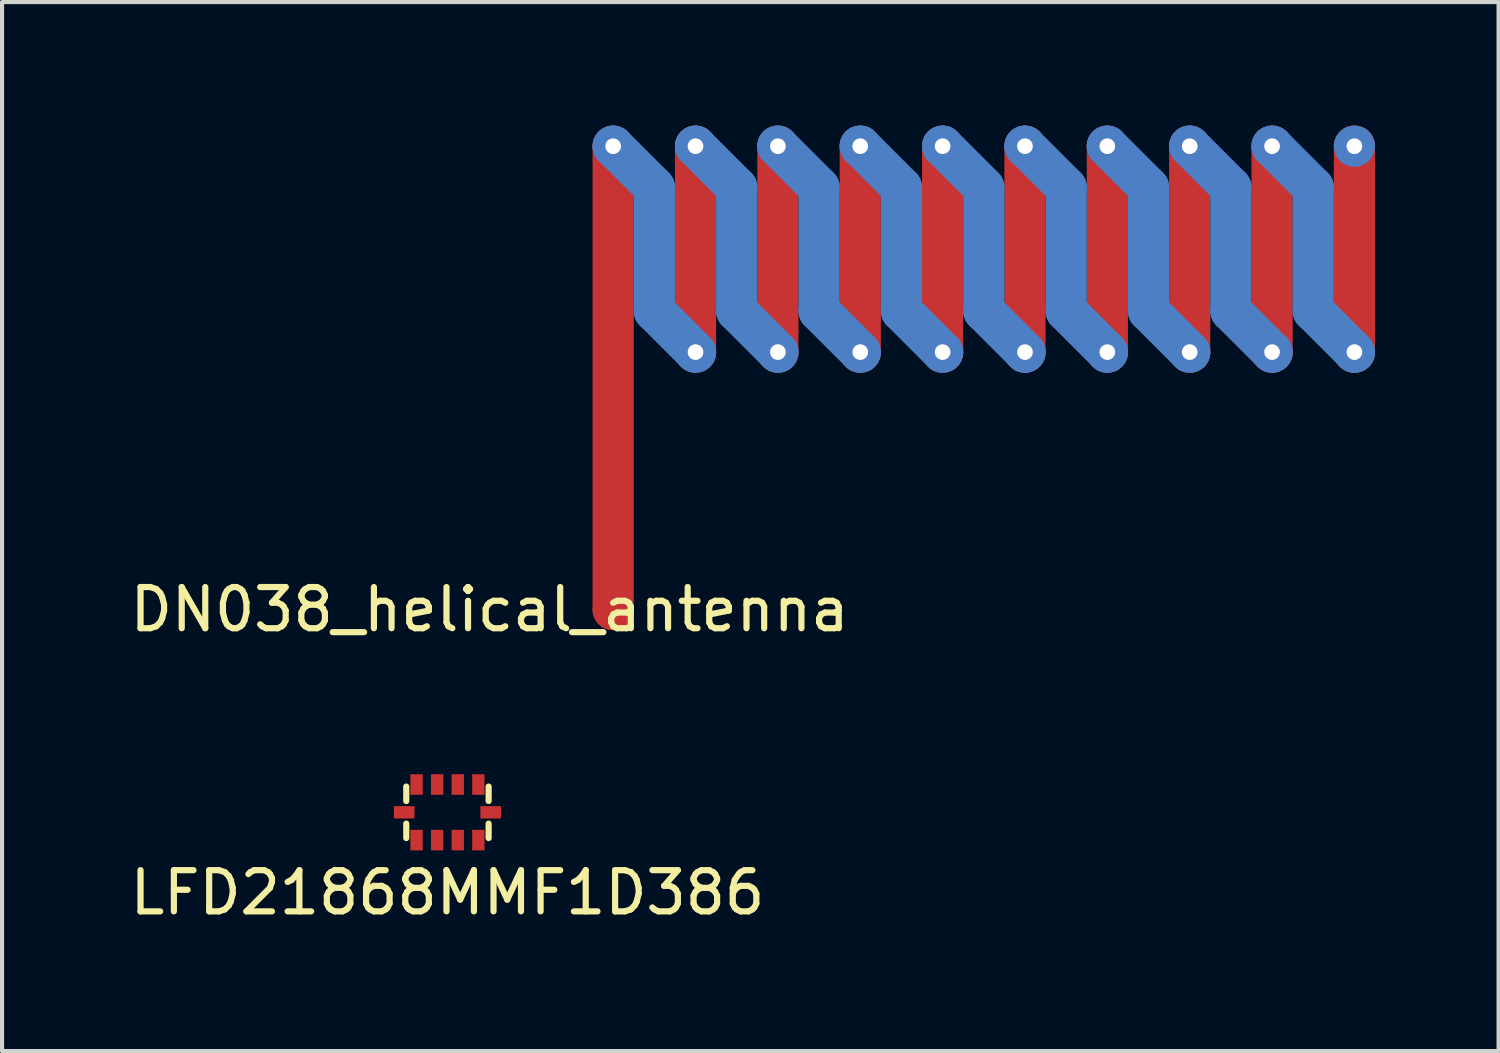
<source format=kicad_pcb>
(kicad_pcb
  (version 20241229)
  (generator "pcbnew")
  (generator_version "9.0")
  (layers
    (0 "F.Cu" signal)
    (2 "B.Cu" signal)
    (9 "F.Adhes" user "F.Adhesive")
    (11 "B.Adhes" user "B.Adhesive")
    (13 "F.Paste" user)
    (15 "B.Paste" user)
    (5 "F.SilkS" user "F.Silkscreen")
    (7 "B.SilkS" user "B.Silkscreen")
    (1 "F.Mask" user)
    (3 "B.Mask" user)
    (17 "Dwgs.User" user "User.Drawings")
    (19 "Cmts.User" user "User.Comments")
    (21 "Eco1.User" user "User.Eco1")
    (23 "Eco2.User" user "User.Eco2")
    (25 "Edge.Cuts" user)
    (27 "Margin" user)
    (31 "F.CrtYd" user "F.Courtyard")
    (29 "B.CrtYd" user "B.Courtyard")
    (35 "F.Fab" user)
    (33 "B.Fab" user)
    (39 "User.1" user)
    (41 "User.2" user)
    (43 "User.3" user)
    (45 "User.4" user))
  (footprint "DN038_helical_antenna"
    (layer "F.Cu")
    (at 11.839 12.5)
    (property "Reference" "DN038_helical_antenna" (at -3 -0.75 0) (layer "F.SilkS") (effects (font (size 1 1) (thickness 0.15))))
    (attr through_hole)
    (fp_line (start 0 -0.75) (end 0 -12) (stroke (width 1) (type solid)) (layer "F.Cu"))
    (fp_line (start 2 -12) (end 2 -7) (stroke (width 1) (type solid)) (layer "F.Cu"))
    (fp_line (start 4 -12) (end 4 -7) (stroke (width 1) (type solid)) (layer "F.Cu"))
    (fp_line (start 6 -12) (end 6 -7) (stroke (width 1) (type solid)) (layer "F.Cu"))
    (fp_line (start 8 -12) (end 8 -7) (stroke (width 1) (type solid)) (layer "F.Cu"))
    (fp_line (start 10 -12) (end 10 -7) (stroke (width 1) (type solid)) (layer "F.Cu"))
    (fp_line (start 12 -12) (end 12 -7) (stroke (width 1) (type solid)) (layer "F.Cu"))
    (fp_line (start 14 -12) (end 14 -7) (stroke (width 1) (type solid)) (layer "F.Cu"))
    (fp_line (start 16 -12) (end 16 -7) (stroke (width 1) (type solid)) (layer "F.Cu"))
    (fp_line (start 18 -12) (end 18 -7) (stroke (width 1) (type solid)) (layer "F.Cu"))
    (fp_line (start 0 -12) (end 1 -11) (stroke (width 1) (type solid)) (layer "B.Cu"))
    (fp_line (start 1 -8) (end 1 -11) (stroke (width 1) (type solid)) (layer "B.Cu"))
    (fp_line (start 2 -12) (end 3 -11) (stroke (width 1) (type solid)) (layer "B.Cu"))
    (fp_line (start 2 -7) (end 1 -8) (stroke (width 1) (type solid)) (layer "B.Cu"))
    (fp_line (start 3 -8) (end 3 -11) (stroke (width 1) (type solid)) (layer "B.Cu"))
    (fp_line (start 4 -12) (end 5 -11) (stroke (width 1) (type solid)) (layer "B.Cu"))
    (fp_line (start 4 -7) (end 3 -8) (stroke (width 1) (type solid)) (layer "B.Cu"))
    (fp_line (start 5 -8) (end 5 -11) (stroke (width 1) (type solid)) (layer "B.Cu"))
    (fp_line (start 6 -12) (end 7 -11) (stroke (width 1) (type solid)) (layer "B.Cu"))
    (fp_line (start 6 -7) (end 5 -8) (stroke (width 1) (type solid)) (layer "B.Cu"))
    (fp_line (start 7 -8) (end 7 -11) (stroke (width 1) (type solid)) (layer "B.Cu"))
    (fp_line (start 8 -12) (end 9 -11) (stroke (width 1) (type solid)) (layer "B.Cu"))
    (fp_line (start 8 -7) (end 7 -8) (stroke (width 1) (type solid)) (layer "B.Cu"))
    (fp_line (start 9 -8) (end 9 -11) (stroke (width 1) (type solid)) (layer "B.Cu"))
    (fp_line (start 10 -12) (end 11 -11) (stroke (width 1) (type solid)) (layer "B.Cu"))
    (fp_line (start 10 -7) (end 9 -8) (stroke (width 1) (type solid)) (layer "B.Cu"))
    (fp_line (start 11 -8) (end 11 -11) (stroke (width 1) (type solid)) (layer "B.Cu"))
    (fp_line (start 12 -12) (end 13 -11) (stroke (width 1) (type solid)) (layer "B.Cu"))
    (fp_line (start 12 -7) (end 11 -8) (stroke (width 1) (type solid)) (layer "B.Cu"))
    (fp_line (start 13 -8) (end 13 -11) (stroke (width 1) (type solid)) (layer "B.Cu"))
    (fp_line (start 14 -12) (end 15 -11) (stroke (width 1) (type solid)) (layer "B.Cu"))
    (fp_line (start 14 -7) (end 13 -8) (stroke (width 1) (type solid)) (layer "B.Cu"))
    (fp_line (start 15 -8) (end 15 -11) (stroke (width 1) (type solid)) (layer "B.Cu"))
    (fp_line (start 16 -12) (end 17 -11) (stroke (width 1) (type solid)) (layer "B.Cu"))
    (fp_line (start 16 -7) (end 15 -8) (stroke (width 1) (type solid)) (layer "B.Cu"))
    (fp_line (start 17 -8) (end 17 -11) (stroke (width 1) (type solid)) (layer "B.Cu"))
    (fp_line (start 18 -7) (end 17 -8) (stroke (width 1) (type solid)) (layer "B.Cu"))
    (pad "1" smd circle (at 0 -0.75 90) (size 1 1) (layers "F.Cu"))
    (pad "~" thru_hole circle (at 0 -12) (size 1 1) (drill 0.38) (layers "*.Cu" "*.Mask"))
    (pad "~" thru_hole circle (at 2 -12) (size 1 1) (drill 0.38) (layers "*.Cu" "*.Mask"))
    (pad "~" thru_hole circle (at 2 -7) (size 1 1) (drill 0.38) (layers "*.Cu" "*.Mask"))
    (pad "~" thru_hole circle (at 4 -12) (size 1 1) (drill 0.38) (layers "*.Cu" "*.Mask"))
    (pad "~" thru_hole circle (at 4 -7) (size 1 1) (drill 0.38) (layers "*.Cu" "*.Mask"))
    (pad "~" thru_hole circle (at 6 -12) (size 1 1) (drill 0.38) (layers "*.Cu" "*.Mask"))
    (pad "~" thru_hole circle (at 6 -7) (size 1 1) (drill 0.38) (layers "*.Cu" "*.Mask"))
    (pad "~" thru_hole circle (at 8 -12) (size 1 1) (drill 0.38) (layers "*.Cu" "*.Mask"))
    (pad "~" thru_hole circle (at 8 -7) (size 1 1) (drill 0.38) (layers "*.Cu" "*.Mask"))
    (pad "~" thru_hole circle (at 10 -12) (size 1 1) (drill 0.38) (layers "*.Cu" "*.Mask"))
    (pad "~" thru_hole circle (at 10 -7) (size 1 1) (drill 0.38) (layers "*.Cu" "*.Mask"))
    (pad "~" thru_hole circle (at 12 -12) (size 1 1) (drill 0.38) (layers "*.Cu" "*.Mask"))
    (pad "~" thru_hole circle (at 12 -7) (size 1 1) (drill 0.38) (layers "*.Cu" "*.Mask"))
    (pad "~" thru_hole circle (at 14 -12) (size 1 1) (drill 0.38) (layers "*.Cu" "*.Mask"))
    (pad "~" thru_hole circle (at 14 -7) (size 1 1) (drill 0.38) (layers "*.Cu" "*.Mask"))
    (pad "~" thru_hole circle (at 16 -12) (size 1 1) (drill 0.38) (layers "*.Cu" "*.Mask"))
    (pad "~" thru_hole circle (at 16 -7) (size 1 1) (drill 0.38) (layers "*.Cu" "*.Mask"))
    (pad "~" thru_hole circle (at 18 -12) (size 1 1) (drill 0.38) (layers "*.Cu" "*.Mask"))
    (pad "~" thru_hole circle (at 18 -7) (size 1 1) (drill 0.38) (layers "*.Cu" "*.Mask")))
  (footprint "LFD21868MMF1D386"
    (layer "F.Cu")
    (at 7.815 16.675)
    (property "Reference" "LFD21868MMF1D386" (at 0 1.95 0) (layer "F.SilkS") (effects (font (size 1 1) (thickness 0.15))))
    (attr through_hole)
    (fp_line (start -1 -0.625) (end -1 -0.275) (stroke (width 0.15) (type solid)) (layer "F.SilkS"))
    (fp_line (start -1 0.275) (end -1 0.625) (stroke (width 0.15) (type solid)) (layer "F.SilkS"))
    (fp_line (start 1 -0.625) (end 1 -0.275) (stroke (width 0.15) (type solid)) (layer "F.SilkS"))
    (fp_line (start 1 0.275) (end 1 0.625) (stroke (width 0.15) (type solid)) (layer "F.SilkS"))
    (pad "1" smd rect (at 0.75 -0.675) (size 0.3 0.5) (layers "F.Cu" "F.Mask" "F.Paste"))
    (pad "2" smd rect (at 0.25 -0.675) (size 0.3 0.5) (layers "F.Cu" "F.Mask" "F.Paste"))
    (pad "3" smd rect (at -0.25 -0.675) (size 0.3 0.5) (layers "F.Cu" "F.Mask" "F.Paste"))
    (pad "4" smd rect (at -0.75 -0.675 180) (size 0.3 0.5) (layers "F.Cu" "F.Mask" "F.Paste"))
    (pad "5" smd rect (at -1.05 0 90) (size 0.3 0.5) (layers "F.Cu" "F.Mask" "F.Paste"))
    (pad "6" smd rect (at -0.75 0.675 180) (size 0.3 0.5) (layers "F.Cu" "F.Mask" "F.Paste"))
    (pad "7" smd rect (at -0.25 0.675) (size 0.3 0.5) (layers "F.Cu" "F.Mask" "F.Paste"))
    (pad "8" smd rect (at 0.25 0.675) (size 0.3 0.5) (layers "F.Cu" "F.Mask" "F.Paste"))
    (pad "9" smd rect (at 0.75 0.675) (size 0.3 0.5) (layers "F.Cu" "F.Mask" "F.Paste"))
    (pad "10" smd rect (at 1.05 0 90) (size 0.3 0.5) (layers "F.Cu" "F.Mask" "F.Paste")))
  (gr_rect
    (start -3 -3)
    (end 33.339 22.473)
    (stroke (width 0.1) (type default))
    (fill no)
    (layer "Edge.Cuts")))
</source>
